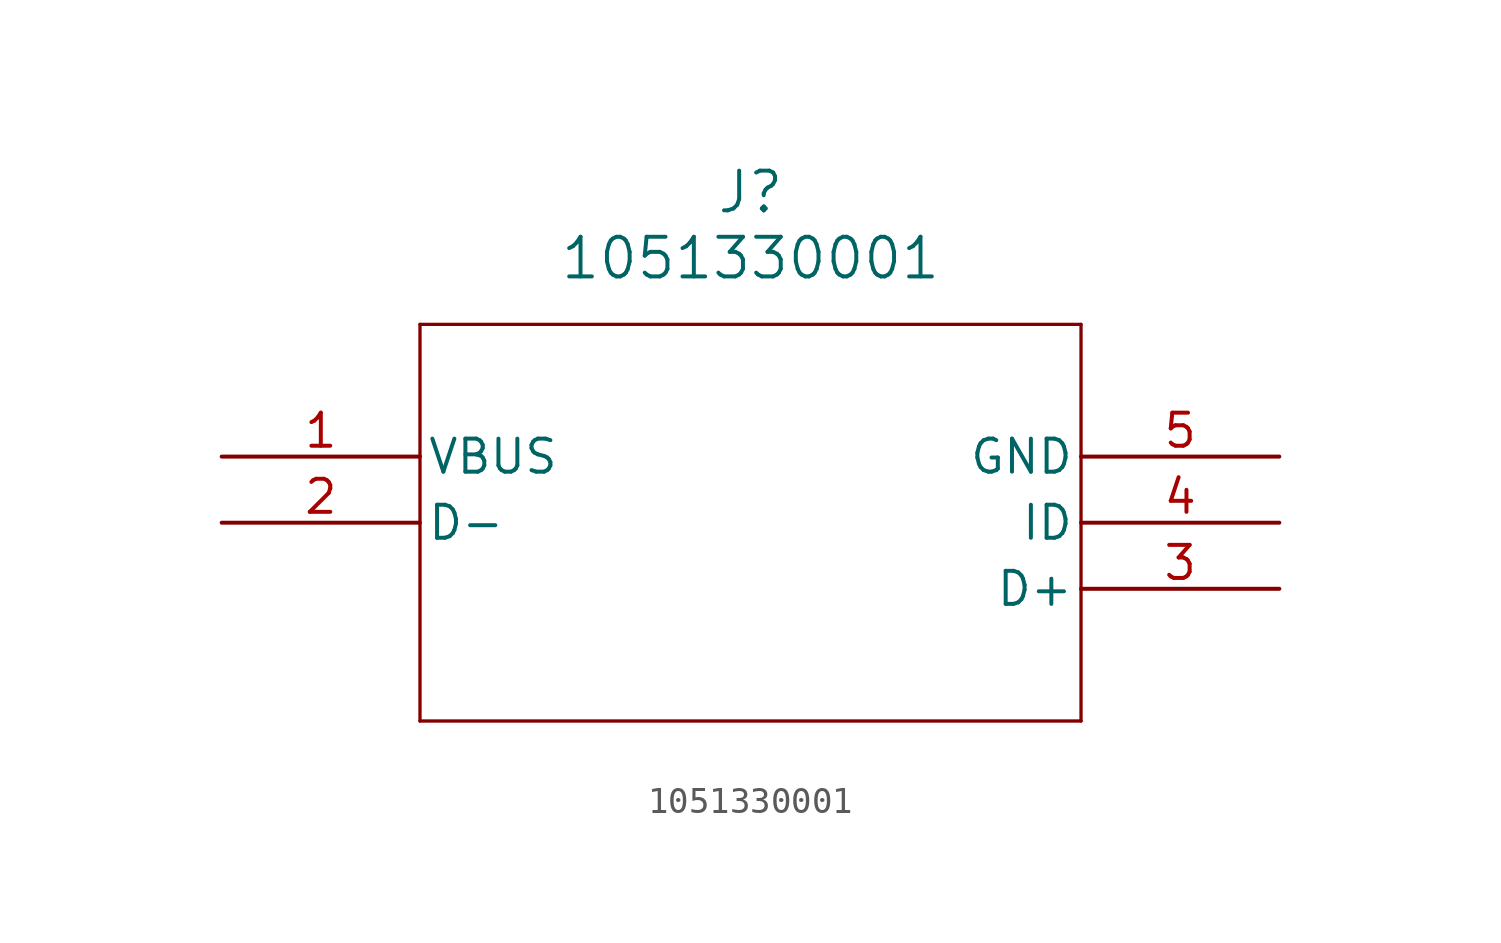
<source format=kicad_sym>
(kicad_symbol_lib
  (version 20211014)
  (generator kicad_symbol_editor)
  (symbol "1051330001"
    (pin_names
      (offset 0.254))
    (property "Reference" "J"
      (at 20.32 10.16 0)
      (effects (font (size 1.524 1.524))))
    (property "Value" "1051330001"
      (at 20.32 7.62 0)
      (effects (font (size 1.524 1.524))))
    (symbol "1051330001_0_1"
      (polyline (pts (xy 7.62 5.08) (xy 7.62 -10.16)) (stroke (width 0.127) (type default) (color 0 0 0 0)) (fill (type none)))
      (polyline (pts (xy 7.62 -10.16) (xy 33.02 -10.16)) (stroke (width 0.127) (type default) (color 0 0 0 0)) (fill (type none)))
      (polyline (pts (xy 33.02 -10.16) (xy 33.02 5.08)) (stroke (width 0.127) (type default) (color 0 0 0 0)) (fill (type none)))
      (polyline (pts (xy 33.02 5.08) (xy 7.62 5.08)) (stroke (width 0.127) (type default) (color 0 0 0 0)) (fill (type none)))
      (pin power_in line (at 0 0 0) (length 7.62) (name "VBUS" (effects (font (size 1.27 1.27)))) (number "1" (effects (font (size 1.27 1.27)))))
      (pin bidirectional line (at 0 -2.54 0) (length 7.62) (name "D-" (effects (font (size 1.27 1.27)))) (number "2" (effects (font (size 1.27 1.27)))))
      (pin bidirectional line (at 40.64 -5.08 180) (length 7.62) (name "D+" (effects (font (size 1.27 1.27)))) (number "3" (effects (font (size 1.27 1.27)))))
      (pin bidirectional line (at 40.64 -2.54 180) (length 7.62) (name "ID" (effects (font (size 1.27 1.27)))) (number "4" (effects (font (size 1.27 1.27)))))
      (pin power_out line (at 40.64 0 180) (length 7.62) (name "GND" (effects (font (size 1.27 1.27)))) (number "5" (effects (font (size 1.27 1.27))))))))
</source>
